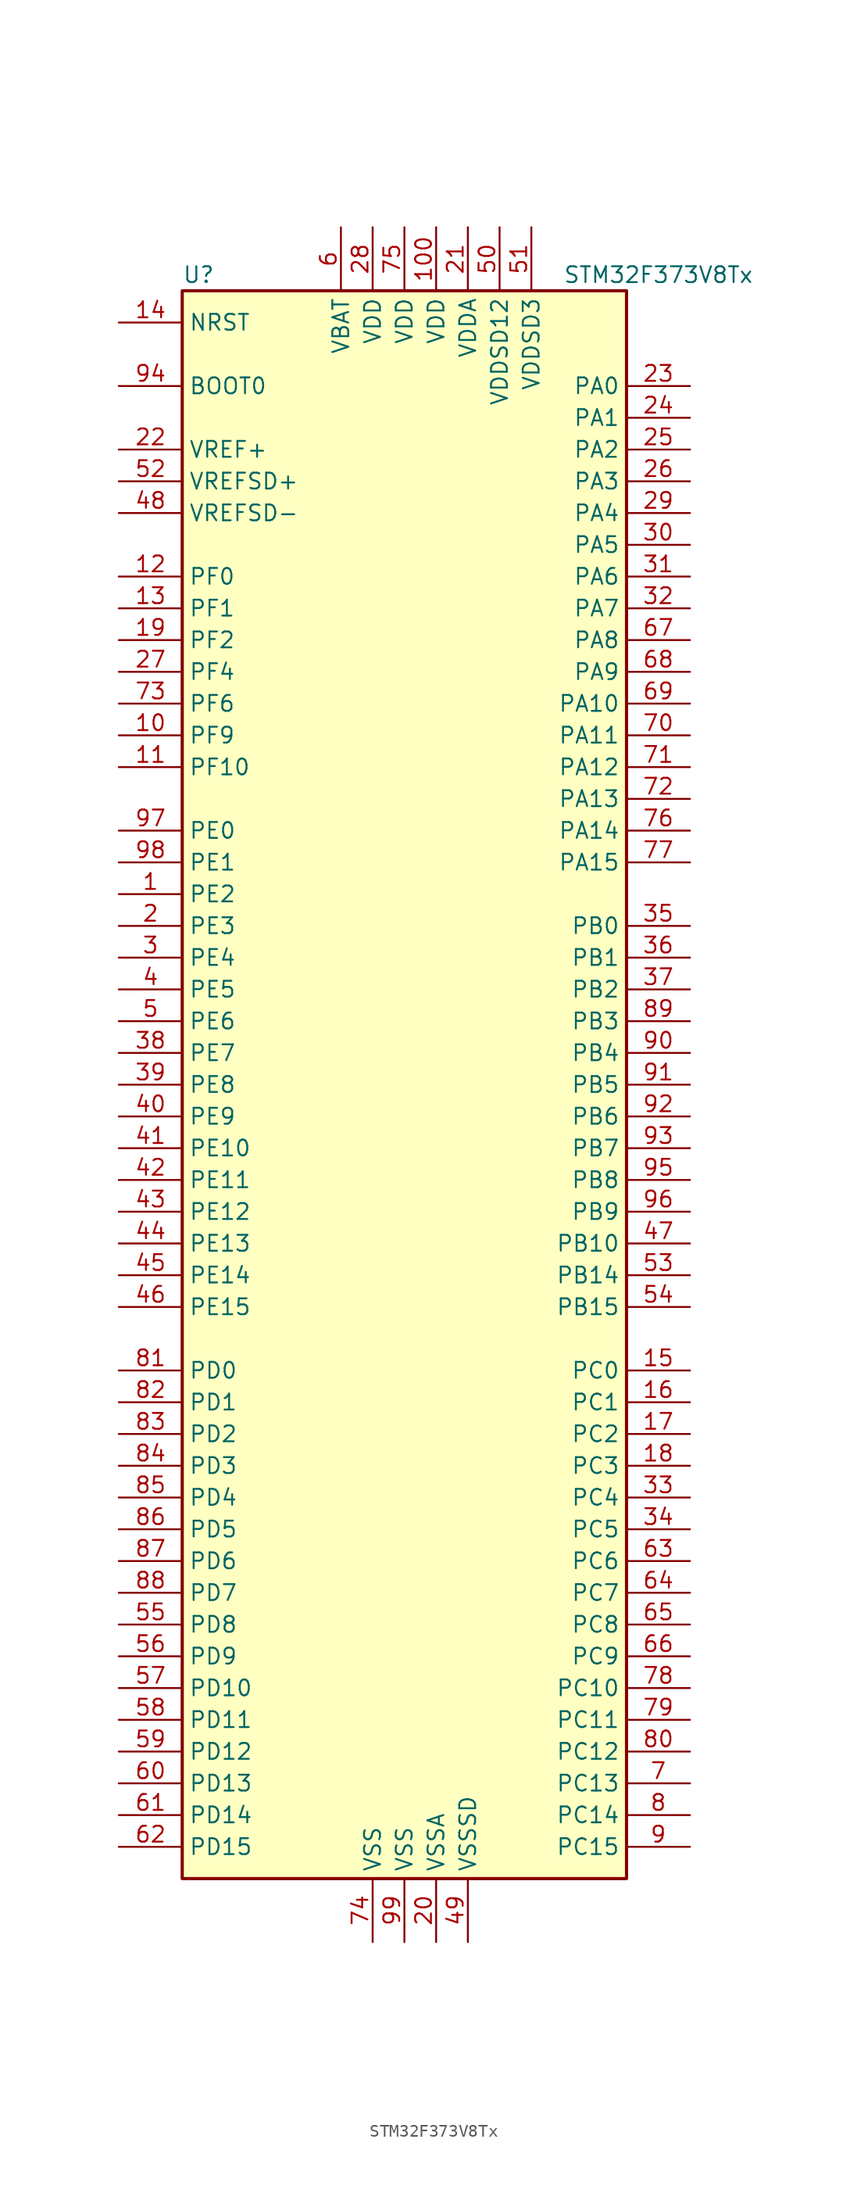
<source format=kicad_sym>
(kicad_symbol_lib
  (version 20201005)
  (generator kicad_symbol_editor)
  (symbol "STM32F373V8Tx"
    (property "Reference" "U"
      (at -17.78 64.77 0)
      (effects (font (size 1.27 1.27)) (justify left)))
    (property "Value" "STM32F373V8Tx"
      (at 12.7 64.77 0)
      (effects (font (size 1.27 1.27)) (justify left)))
    (symbol "STM32F373V8Tx_0_1"
      (rectangle (start -17.78 -63.5) (end 17.78 63.5) (stroke (width 0.254)) (fill (type background))))
    (symbol "STM32F373V8Tx_1_1"
      (pin input line (at -22.86 55.88 0) (length 5.08) (name "BOOT0" (effects (font (size 1.27 1.27)))) (number "94" (effects (font (size 1.27 1.27)))))
      (pin input line (at -22.86 60.96 0) (length 5.08) (name "NRST" (effects (font (size 1.27 1.27)))) (number "14" (effects (font (size 1.27 1.27)))))
      (pin bidirectional line (at 22.86 55.88 180) (length 5.08) (name "PA0" (effects (font (size 1.27 1.27)))) (number "23" (effects (font (size 1.27 1.27)))))
      (pin bidirectional line (at 22.86 53.34 180) (length 5.08) (name "PA1" (effects (font (size 1.27 1.27)))) (number "24" (effects (font (size 1.27 1.27)))))
      (pin bidirectional line (at 22.86 30.48 180) (length 5.08) (name "PA10" (effects (font (size 1.27 1.27)))) (number "69" (effects (font (size 1.27 1.27)))))
      (pin bidirectional line (at 22.86 27.94 180) (length 5.08) (name "PA11" (effects (font (size 1.27 1.27)))) (number "70" (effects (font (size 1.27 1.27)))))
      (pin bidirectional line (at 22.86 25.4 180) (length 5.08) (name "PA12" (effects (font (size 1.27 1.27)))) (number "71" (effects (font (size 1.27 1.27)))))
      (pin bidirectional line (at 22.86 22.86 180) (length 5.08) (name "PA13" (effects (font (size 1.27 1.27)))) (number "72" (effects (font (size 1.27 1.27)))))
      (pin bidirectional line (at 22.86 20.32 180) (length 5.08) (name "PA14" (effects (font (size 1.27 1.27)))) (number "76" (effects (font (size 1.27 1.27)))))
      (pin bidirectional line (at 22.86 17.78 180) (length 5.08) (name "PA15" (effects (font (size 1.27 1.27)))) (number "77" (effects (font (size 1.27 1.27)))))
      (pin bidirectional line (at 22.86 50.8 180) (length 5.08) (name "PA2" (effects (font (size 1.27 1.27)))) (number "25" (effects (font (size 1.27 1.27)))))
      (pin bidirectional line (at 22.86 48.26 180) (length 5.08) (name "PA3" (effects (font (size 1.27 1.27)))) (number "26" (effects (font (size 1.27 1.27)))))
      (pin bidirectional line (at 22.86 45.72 180) (length 5.08) (name "PA4" (effects (font (size 1.27 1.27)))) (number "29" (effects (font (size 1.27 1.27)))))
      (pin bidirectional line (at 22.86 43.18 180) (length 5.08) (name "PA5" (effects (font (size 1.27 1.27)))) (number "30" (effects (font (size 1.27 1.27)))))
      (pin bidirectional line (at 22.86 40.64 180) (length 5.08) (name "PA6" (effects (font (size 1.27 1.27)))) (number "31" (effects (font (size 1.27 1.27)))))
      (pin bidirectional line (at 22.86 38.1 180) (length 5.08) (name "PA7" (effects (font (size 1.27 1.27)))) (number "32" (effects (font (size 1.27 1.27)))))
      (pin bidirectional line (at 22.86 35.56 180) (length 5.08) (name "PA8" (effects (font (size 1.27 1.27)))) (number "67" (effects (font (size 1.27 1.27)))))
      (pin bidirectional line (at 22.86 33.02 180) (length 5.08) (name "PA9" (effects (font (size 1.27 1.27)))) (number "68" (effects (font (size 1.27 1.27)))))
      (pin bidirectional line (at 22.86 12.7 180) (length 5.08) (name "PB0" (effects (font (size 1.27 1.27)))) (number "35" (effects (font (size 1.27 1.27)))))
      (pin bidirectional line (at 22.86 10.16 180) (length 5.08) (name "PB1" (effects (font (size 1.27 1.27)))) (number "36" (effects (font (size 1.27 1.27)))))
      (pin bidirectional line (at 22.86 -12.7 180) (length 5.08) (name "PB10" (effects (font (size 1.27 1.27)))) (number "47" (effects (font (size 1.27 1.27)))))
      (pin bidirectional line (at 22.86 -15.24 180) (length 5.08) (name "PB14" (effects (font (size 1.27 1.27)))) (number "53" (effects (font (size 1.27 1.27)))))
      (pin bidirectional line (at 22.86 -17.78 180) (length 5.08) (name "PB15" (effects (font (size 1.27 1.27)))) (number "54" (effects (font (size 1.27 1.27)))))
      (pin bidirectional line (at 22.86 7.62 180) (length 5.08) (name "PB2" (effects (font (size 1.27 1.27)))) (number "37" (effects (font (size 1.27 1.27)))))
      (pin bidirectional line (at 22.86 5.08 180) (length 5.08) (name "PB3" (effects (font (size 1.27 1.27)))) (number "89" (effects (font (size 1.27 1.27)))))
      (pin bidirectional line (at 22.86 2.54 180) (length 5.08) (name "PB4" (effects (font (size 1.27 1.27)))) (number "90" (effects (font (size 1.27 1.27)))))
      (pin bidirectional line (at 22.86 0 180) (length 5.08) (name "PB5" (effects (font (size 1.27 1.27)))) (number "91" (effects (font (size 1.27 1.27)))))
      (pin bidirectional line (at 22.86 -2.54 180) (length 5.08) (name "PB6" (effects (font (size 1.27 1.27)))) (number "92" (effects (font (size 1.27 1.27)))))
      (pin bidirectional line (at 22.86 -5.08 180) (length 5.08) (name "PB7" (effects (font (size 1.27 1.27)))) (number "93" (effects (font (size 1.27 1.27)))))
      (pin bidirectional line (at 22.86 -7.62 180) (length 5.08) (name "PB8" (effects (font (size 1.27 1.27)))) (number "95" (effects (font (size 1.27 1.27)))))
      (pin bidirectional line (at 22.86 -10.16 180) (length 5.08) (name "PB9" (effects (font (size 1.27 1.27)))) (number "96" (effects (font (size 1.27 1.27)))))
      (pin bidirectional line (at 22.86 -22.86 180) (length 5.08) (name "PC0" (effects (font (size 1.27 1.27)))) (number "15" (effects (font (size 1.27 1.27)))))
      (pin bidirectional line (at 22.86 -25.4 180) (length 5.08) (name "PC1" (effects (font (size 1.27 1.27)))) (number "16" (effects (font (size 1.27 1.27)))))
      (pin bidirectional line (at 22.86 -48.26 180) (length 5.08) (name "PC10" (effects (font (size 1.27 1.27)))) (number "78" (effects (font (size 1.27 1.27)))))
      (pin bidirectional line (at 22.86 -50.8 180) (length 5.08) (name "PC11" (effects (font (size 1.27 1.27)))) (number "79" (effects (font (size 1.27 1.27)))))
      (pin bidirectional line (at 22.86 -53.34 180) (length 5.08) (name "PC12" (effects (font (size 1.27 1.27)))) (number "80" (effects (font (size 1.27 1.27)))))
      (pin bidirectional line (at 22.86 -55.88 180) (length 5.08) (name "PC13" (effects (font (size 1.27 1.27)))) (number "7" (effects (font (size 1.27 1.27)))))
      (pin bidirectional line (at 22.86 -58.42 180) (length 5.08) (name "PC14" (effects (font (size 1.27 1.27)))) (number "8" (effects (font (size 1.27 1.27)))))
      (pin bidirectional line (at 22.86 -60.96 180) (length 5.08) (name "PC15" (effects (font (size 1.27 1.27)))) (number "9" (effects (font (size 1.27 1.27)))))
      (pin bidirectional line (at 22.86 -27.94 180) (length 5.08) (name "PC2" (effects (font (size 1.27 1.27)))) (number "17" (effects (font (size 1.27 1.27)))))
      (pin bidirectional line (at 22.86 -30.48 180) (length 5.08) (name "PC3" (effects (font (size 1.27 1.27)))) (number "18" (effects (font (size 1.27 1.27)))))
      (pin bidirectional line (at 22.86 -33.02 180) (length 5.08) (name "PC4" (effects (font (size 1.27 1.27)))) (number "33" (effects (font (size 1.27 1.27)))))
      (pin bidirectional line (at 22.86 -35.56 180) (length 5.08) (name "PC5" (effects (font (size 1.27 1.27)))) (number "34" (effects (font (size 1.27 1.27)))))
      (pin bidirectional line (at 22.86 -38.1 180) (length 5.08) (name "PC6" (effects (font (size 1.27 1.27)))) (number "63" (effects (font (size 1.27 1.27)))))
      (pin bidirectional line (at 22.86 -40.64 180) (length 5.08) (name "PC7" (effects (font (size 1.27 1.27)))) (number "64" (effects (font (size 1.27 1.27)))))
      (pin bidirectional line (at 22.86 -43.18 180) (length 5.08) (name "PC8" (effects (font (size 1.27 1.27)))) (number "65" (effects (font (size 1.27 1.27)))))
      (pin bidirectional line (at 22.86 -45.72 180) (length 5.08) (name "PC9" (effects (font (size 1.27 1.27)))) (number "66" (effects (font (size 1.27 1.27)))))
      (pin bidirectional line (at -22.86 -22.86 0) (length 5.08) (name "PD0" (effects (font (size 1.27 1.27)))) (number "81" (effects (font (size 1.27 1.27)))))
      (pin bidirectional line (at -22.86 -25.4 0) (length 5.08) (name "PD1" (effects (font (size 1.27 1.27)))) (number "82" (effects (font (size 1.27 1.27)))))
      (pin bidirectional line (at -22.86 -48.26 0) (length 5.08) (name "PD10" (effects (font (size 1.27 1.27)))) (number "57" (effects (font (size 1.27 1.27)))))
      (pin bidirectional line (at -22.86 -50.8 0) (length 5.08) (name "PD11" (effects (font (size 1.27 1.27)))) (number "58" (effects (font (size 1.27 1.27)))))
      (pin bidirectional line (at -22.86 -53.34 0) (length 5.08) (name "PD12" (effects (font (size 1.27 1.27)))) (number "59" (effects (font (size 1.27 1.27)))))
      (pin bidirectional line (at -22.86 -55.88 0) (length 5.08) (name "PD13" (effects (font (size 1.27 1.27)))) (number "60" (effects (font (size 1.27 1.27)))))
      (pin bidirectional line (at -22.86 -58.42 0) (length 5.08) (name "PD14" (effects (font (size 1.27 1.27)))) (number "61" (effects (font (size 1.27 1.27)))))
      (pin bidirectional line (at -22.86 -60.96 0) (length 5.08) (name "PD15" (effects (font (size 1.27 1.27)))) (number "62" (effects (font (size 1.27 1.27)))))
      (pin bidirectional line (at -22.86 -27.94 0) (length 5.08) (name "PD2" (effects (font (size 1.27 1.27)))) (number "83" (effects (font (size 1.27 1.27)))))
      (pin bidirectional line (at -22.86 -30.48 0) (length 5.08) (name "PD3" (effects (font (size 1.27 1.27)))) (number "84" (effects (font (size 1.27 1.27)))))
      (pin bidirectional line (at -22.86 -33.02 0) (length 5.08) (name "PD4" (effects (font (size 1.27 1.27)))) (number "85" (effects (font (size 1.27 1.27)))))
      (pin bidirectional line (at -22.86 -35.56 0) (length 5.08) (name "PD5" (effects (font (size 1.27 1.27)))) (number "86" (effects (font (size 1.27 1.27)))))
      (pin bidirectional line (at -22.86 -38.1 0) (length 5.08) (name "PD6" (effects (font (size 1.27 1.27)))) (number "87" (effects (font (size 1.27 1.27)))))
      (pin bidirectional line (at -22.86 -40.64 0) (length 5.08) (name "PD7" (effects (font (size 1.27 1.27)))) (number "88" (effects (font (size 1.27 1.27)))))
      (pin bidirectional line (at -22.86 -43.18 0) (length 5.08) (name "PD8" (effects (font (size 1.27 1.27)))) (number "55" (effects (font (size 1.27 1.27)))))
      (pin bidirectional line (at -22.86 -45.72 0) (length 5.08) (name "PD9" (effects (font (size 1.27 1.27)))) (number "56" (effects (font (size 1.27 1.27)))))
      (pin bidirectional line (at -22.86 20.32 0) (length 5.08) (name "PE0" (effects (font (size 1.27 1.27)))) (number "97" (effects (font (size 1.27 1.27)))))
      (pin bidirectional line (at -22.86 17.78 0) (length 5.08) (name "PE1" (effects (font (size 1.27 1.27)))) (number "98" (effects (font (size 1.27 1.27)))))
      (pin bidirectional line (at -22.86 -5.08 0) (length 5.08) (name "PE10" (effects (font (size 1.27 1.27)))) (number "41" (effects (font (size 1.27 1.27)))))
      (pin bidirectional line (at -22.86 -7.62 0) (length 5.08) (name "PE11" (effects (font (size 1.27 1.27)))) (number "42" (effects (font (size 1.27 1.27)))))
      (pin bidirectional line (at -22.86 -10.16 0) (length 5.08) (name "PE12" (effects (font (size 1.27 1.27)))) (number "43" (effects (font (size 1.27 1.27)))))
      (pin bidirectional line (at -22.86 -12.7 0) (length 5.08) (name "PE13" (effects (font (size 1.27 1.27)))) (number "44" (effects (font (size 1.27 1.27)))))
      (pin bidirectional line (at -22.86 -15.24 0) (length 5.08) (name "PE14" (effects (font (size 1.27 1.27)))) (number "45" (effects (font (size 1.27 1.27)))))
      (pin bidirectional line (at -22.86 -17.78 0) (length 5.08) (name "PE15" (effects (font (size 1.27 1.27)))) (number "46" (effects (font (size 1.27 1.27)))))
      (pin bidirectional line (at -22.86 15.24 0) (length 5.08) (name "PE2" (effects (font (size 1.27 1.27)))) (number "1" (effects (font (size 1.27 1.27)))))
      (pin bidirectional line (at -22.86 12.7 0) (length 5.08) (name "PE3" (effects (font (size 1.27 1.27)))) (number "2" (effects (font (size 1.27 1.27)))))
      (pin bidirectional line (at -22.86 10.16 0) (length 5.08) (name "PE4" (effects (font (size 1.27 1.27)))) (number "3" (effects (font (size 1.27 1.27)))))
      (pin bidirectional line (at -22.86 7.62 0) (length 5.08) (name "PE5" (effects (font (size 1.27 1.27)))) (number "4" (effects (font (size 1.27 1.27)))))
      (pin bidirectional line (at -22.86 5.08 0) (length 5.08) (name "PE6" (effects (font (size 1.27 1.27)))) (number "5" (effects (font (size 1.27 1.27)))))
      (pin bidirectional line (at -22.86 2.54 0) (length 5.08) (name "PE7" (effects (font (size 1.27 1.27)))) (number "38" (effects (font (size 1.27 1.27)))))
      (pin bidirectional line (at -22.86 0 0) (length 5.08) (name "PE8" (effects (font (size 1.27 1.27)))) (number "39" (effects (font (size 1.27 1.27)))))
      (pin bidirectional line (at -22.86 -2.54 0) (length 5.08) (name "PE9" (effects (font (size 1.27 1.27)))) (number "40" (effects (font (size 1.27 1.27)))))
      (pin input line (at -22.86 40.64 0) (length 5.08) (name "PF0" (effects (font (size 1.27 1.27)))) (number "12" (effects (font (size 1.27 1.27)))))
      (pin input line (at -22.86 38.1 0) (length 5.08) (name "PF1" (effects (font (size 1.27 1.27)))) (number "13" (effects (font (size 1.27 1.27)))))
      (pin bidirectional line (at -22.86 25.4 0) (length 5.08) (name "PF10" (effects (font (size 1.27 1.27)))) (number "11" (effects (font (size 1.27 1.27)))))
      (pin bidirectional line (at -22.86 35.56 0) (length 5.08) (name "PF2" (effects (font (size 1.27 1.27)))) (number "19" (effects (font (size 1.27 1.27)))))
      (pin bidirectional line (at -22.86 33.02 0) (length 5.08) (name "PF4" (effects (font (size 1.27 1.27)))) (number "27" (effects (font (size 1.27 1.27)))))
      (pin bidirectional line (at -22.86 30.48 0) (length 5.08) (name "PF6" (effects (font (size 1.27 1.27)))) (number "73" (effects (font (size 1.27 1.27)))))
      (pin bidirectional line (at -22.86 27.94 0) (length 5.08) (name "PF9" (effects (font (size 1.27 1.27)))) (number "10" (effects (font (size 1.27 1.27)))))
      (pin power_in line (at -5.08 68.58 270) (length 5.08) (name "VBAT" (effects (font (size 1.27 1.27)))) (number "6" (effects (font (size 1.27 1.27)))))
      (pin power_in line (at 2.54 68.58 270) (length 5.08) (name "VDD" (effects (font (size 1.27 1.27)))) (number "100" (effects (font (size 1.27 1.27)))))
      (pin power_in line (at -2.54 68.58 270) (length 5.08) (name "VDD" (effects (font (size 1.27 1.27)))) (number "28" (effects (font (size 1.27 1.27)))))
      (pin power_in line (at 0 68.58 270) (length 5.08) (name "VDD" (effects (font (size 1.27 1.27)))) (number "75" (effects (font (size 1.27 1.27)))))
      (pin power_in line (at 5.08 68.58 270) (length 5.08) (name "VDDA" (effects (font (size 1.27 1.27)))) (number "21" (effects (font (size 1.27 1.27)))))
      (pin power_in line (at 7.62 68.58 270) (length 5.08) (name "VDDSD12" (effects (font (size 1.27 1.27)))) (number "50" (effects (font (size 1.27 1.27)))))
      (pin power_in line (at 10.16 68.58 270) (length 5.08) (name "VDDSD3" (effects (font (size 1.27 1.27)))) (number "51" (effects (font (size 1.27 1.27)))))
      (pin power_in line (at -22.86 50.8 0) (length 5.08) (name "VREF+" (effects (font (size 1.27 1.27)))) (number "22" (effects (font (size 1.27 1.27)))))
      (pin power_in line (at -22.86 48.26 0) (length 5.08) (name "VREFSD+" (effects (font (size 1.27 1.27)))) (number "52" (effects (font (size 1.27 1.27)))))
      (pin power_in line (at -22.86 45.72 0) (length 5.08) (name "VREFSD-" (effects (font (size 1.27 1.27)))) (number "48" (effects (font (size 1.27 1.27)))))
      (pin power_in line (at -2.54 -68.58 90) (length 5.08) (name "VSS" (effects (font (size 1.27 1.27)))) (number "74" (effects (font (size 1.27 1.27)))))
      (pin power_in line (at 0 -68.58 90) (length 5.08) (name "VSS" (effects (font (size 1.27 1.27)))) (number "99" (effects (font (size 1.27 1.27)))))
      (pin power_in line (at 2.54 -68.58 90) (length 5.08) (name "VSSA" (effects (font (size 1.27 1.27)))) (number "20" (effects (font (size 1.27 1.27)))))
      (pin power_in line (at 5.08 -68.58 90) (length 5.08) (name "VSSSD" (effects (font (size 1.27 1.27)))) (number "49" (effects (font (size 1.27 1.27))))))))
</source>
